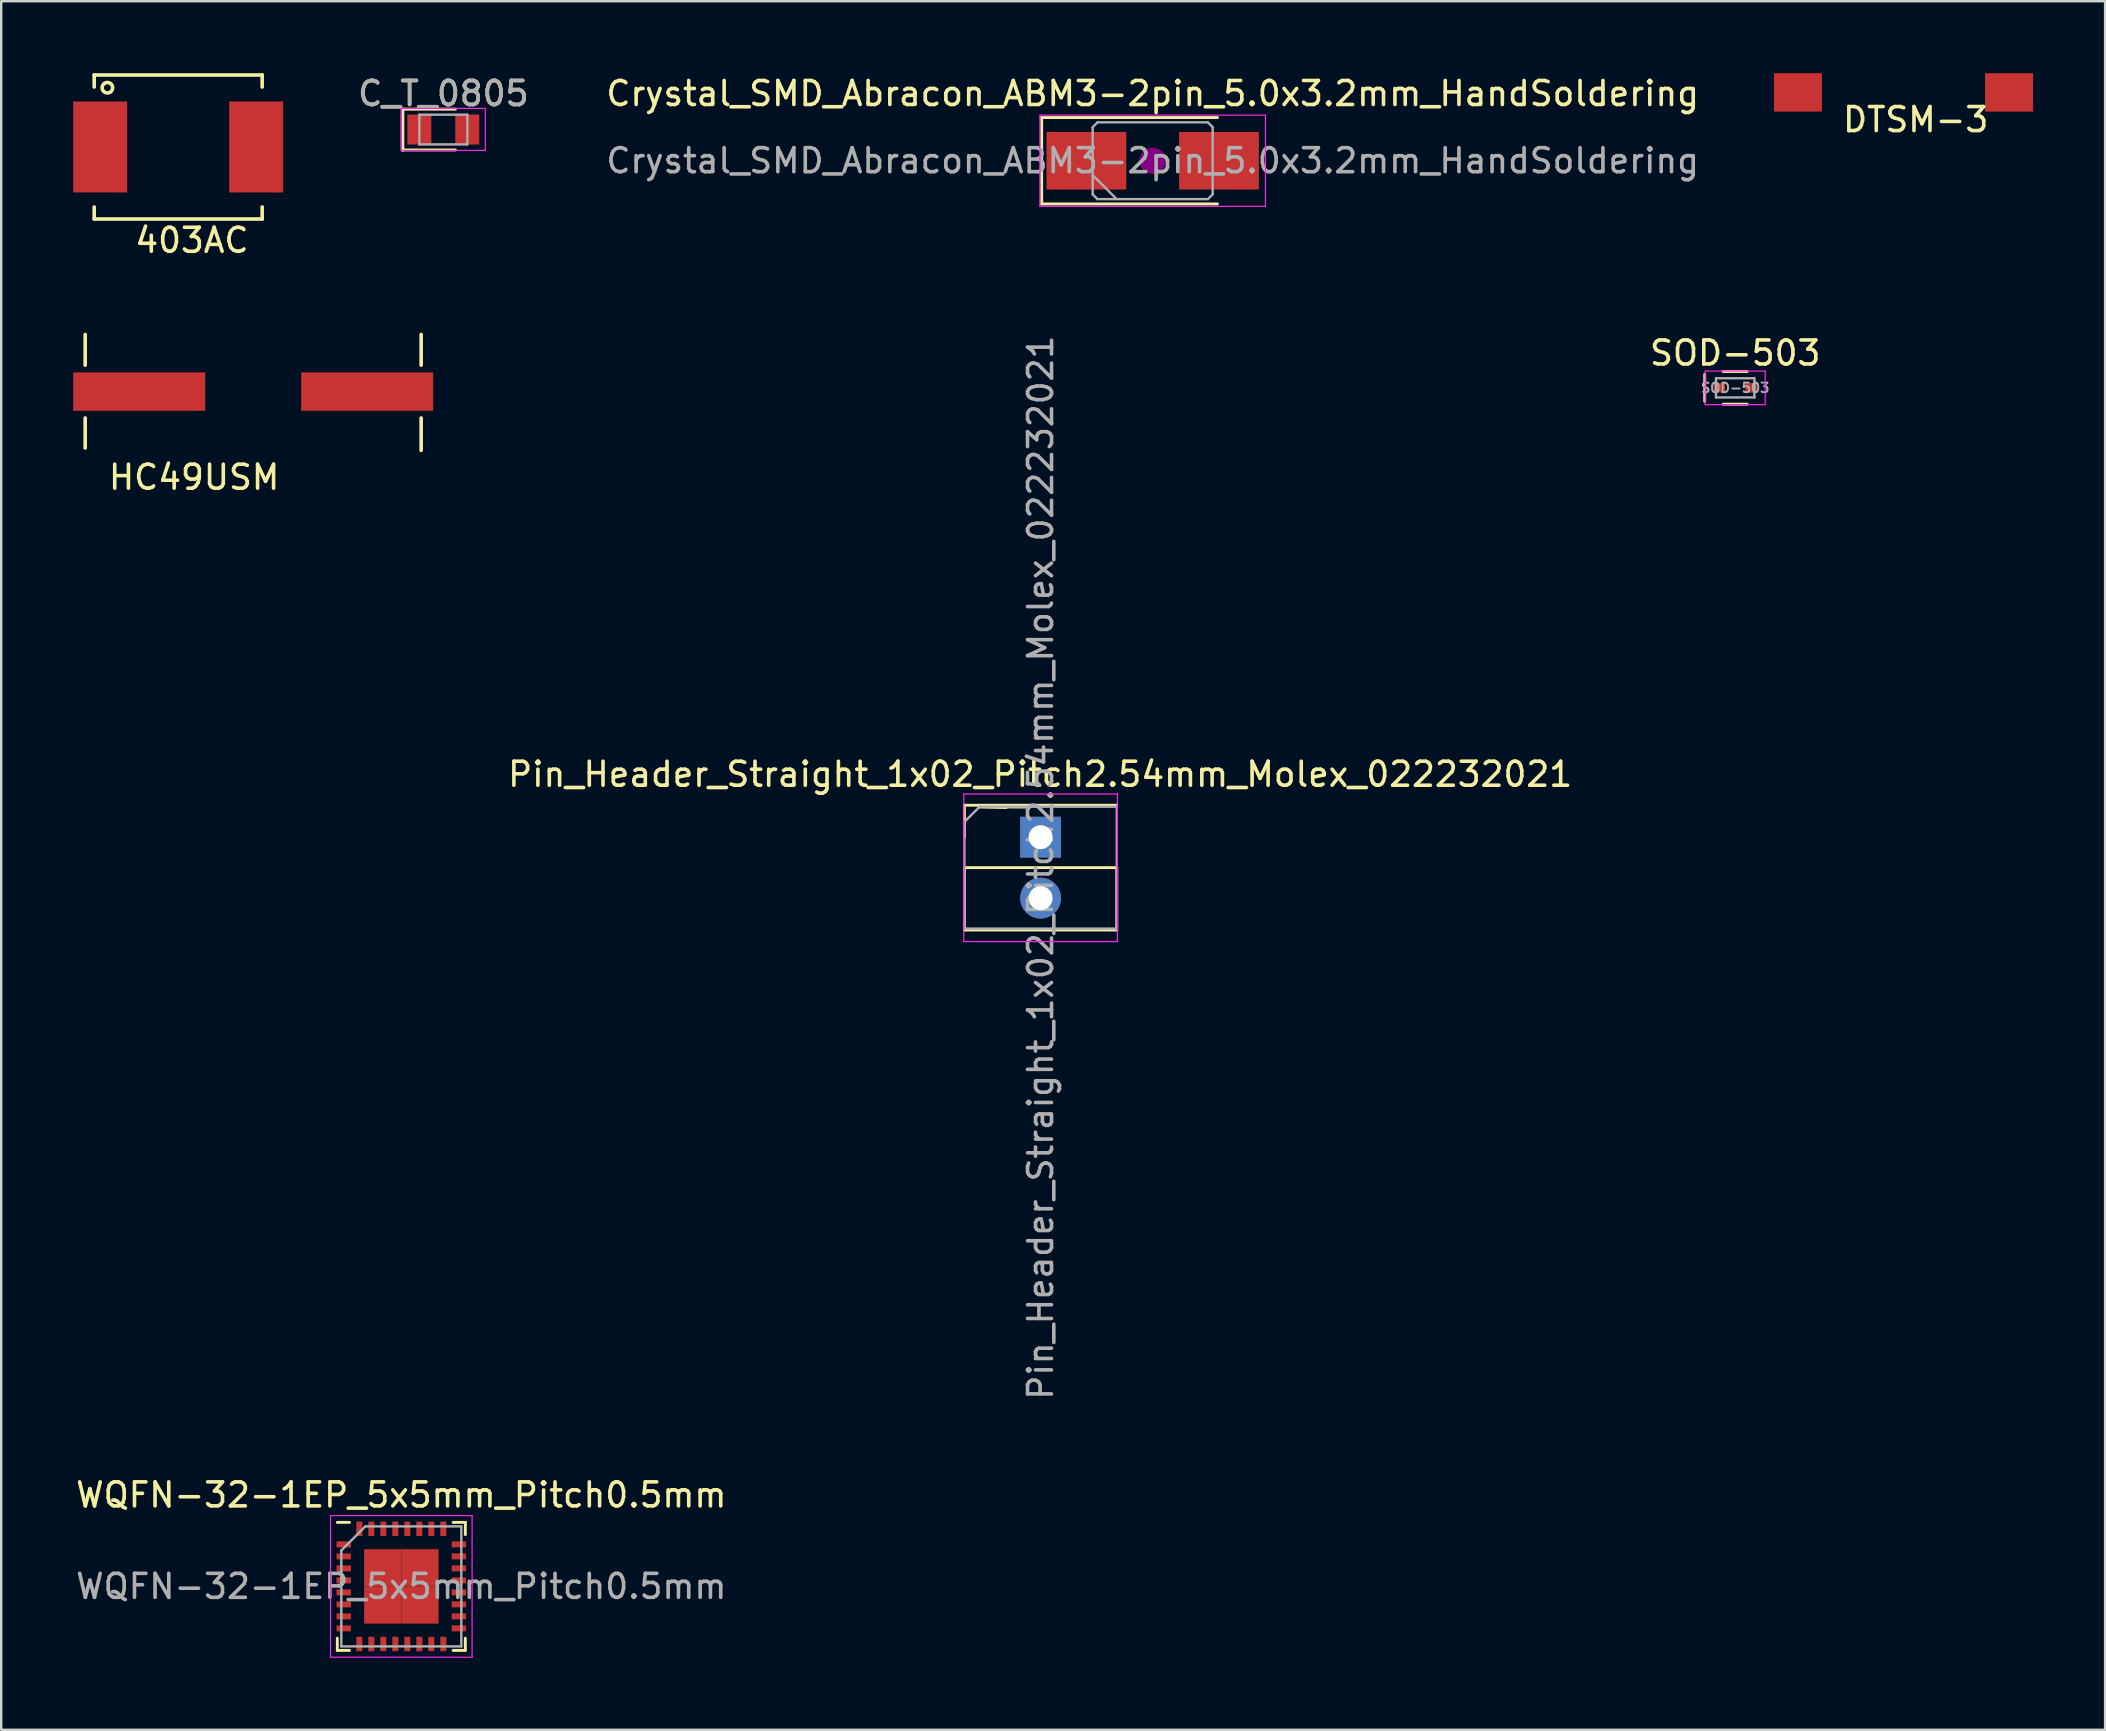
<source format=kicad_pcb>
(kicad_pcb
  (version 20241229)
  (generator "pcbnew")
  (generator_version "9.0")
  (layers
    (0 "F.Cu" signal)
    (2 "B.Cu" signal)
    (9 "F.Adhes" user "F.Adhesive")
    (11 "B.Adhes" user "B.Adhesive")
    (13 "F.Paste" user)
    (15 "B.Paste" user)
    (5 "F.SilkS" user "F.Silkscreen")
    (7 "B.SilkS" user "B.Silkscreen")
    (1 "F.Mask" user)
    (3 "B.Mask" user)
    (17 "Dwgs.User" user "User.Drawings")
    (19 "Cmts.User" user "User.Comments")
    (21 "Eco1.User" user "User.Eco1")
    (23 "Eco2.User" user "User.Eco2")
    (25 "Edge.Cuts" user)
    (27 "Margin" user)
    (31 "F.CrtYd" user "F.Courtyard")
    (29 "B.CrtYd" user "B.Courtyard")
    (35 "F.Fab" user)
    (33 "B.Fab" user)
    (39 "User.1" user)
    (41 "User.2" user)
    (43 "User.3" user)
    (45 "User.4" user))
  (footprint "SOD-503"
    (layer "F.Cu")
    (at 69.256 13.111)
    (property "Reference" "SOD-503" (at 0 -1.45 0) (layer "F.SilkS") (effects (font (size 1 1) (thickness 0.15))))
    (attr smd)
    (fp_line (start -1.27 0.564) (end -1.27 -0.564) (stroke (width 0.12) (type solid)) (layer "F.SilkS"))
    (fp_line (start -0.5 -0.68) (end 0.5 -0.68) (stroke (width 0.12) (type solid)) (layer "F.SilkS"))
    (fp_line (start 0.5 0.68) (end -0.5 0.68) (stroke (width 0.12) (type solid)) (layer "F.SilkS"))
    (fp_line (start -1.25 -0.7) (end -1.25 0.7) (stroke (width 0.05) (type solid)) (layer "F.CrtYd"))
    (fp_line (start -1.25 -0.7) (end 1.25 -0.7) (stroke (width 0.05) (type solid)) (layer "F.CrtYd"))
    (fp_line (start 1.25 0.7) (end -1.25 0.7) (stroke (width 0.05) (type solid)) (layer "F.CrtYd"))
    (fp_line (start 1.25 0.7) (end 1.25 -0.7) (stroke (width 0.05) (type solid)) (layer "F.CrtYd"))
    (fp_line (start -0.8 -0.4) (end 0.8 -0.4) (stroke (width 0.1) (type solid)) (layer "F.Fab"))
    (fp_line (start -0.8 0.4) (end -0.8 -0.4) (stroke (width 0.1) (type solid)) (layer "F.Fab"))
    (fp_line (start 0.8 -0.4) (end 0.8 0.4) (stroke (width 0.1) (type solid)) (layer "F.Fab"))
    (fp_line (start 0.8 0.4) (end -0.8 0.4) (stroke (width 0.1) (type solid)) (layer "F.Fab"))
    (fp_text user "${REFERENCE}" (at 0 0 0) (layer "F.Fab") (effects (font (size 0.4 0.4) (thickness 0.075))))
    (pad "1" smd rect (at -0.66 0) (size 0.48 0.4) (layers "F.Cu" "F.Mask" "F.Paste"))
    (pad "2" smd rect (at 0.66 0) (size 0.48 0.4) (layers "F.Cu" "F.Mask" "F.Paste")))
  (footprint "Pin_Header_Straight_1x02_Pitch2.54mm_Molex_022232021"
    (layer "F.Cu")
    (at 40.312 31.835)
    (property "Reference" "Pin_Header_Straight_1x02_Pitch2.54mm_Molex_022232021" (at -0.02 -2.62 0) (layer "F.SilkS") (effects (font (size 1 1) (thickness 0.15))))
    (attr through_hole)
    (fp_line (start -3.175 -1.33) (end 3.175 -1.33) (stroke (width 0.12) (type solid)) (layer "F.SilkS"))
    (fp_line (start -3.175 0) (end -3.175 -1.33) (stroke (width 0.12) (type solid)) (layer "F.SilkS"))
    (fp_line (start -3.175 1.27) (end -3.175 3.87) (stroke (width 0.12) (type solid)) (layer "F.SilkS"))
    (fp_line (start -3.175 1.27) (end 3.175 1.27) (stroke (width 0.12) (type solid)) (layer "F.SilkS"))
    (fp_line (start -3.175 3.87) (end 3.175 3.87) (stroke (width 0.12) (type solid)) (layer "F.SilkS"))
    (fp_line (start -2.55 -1.28) (end -1.44 -1.25) (stroke (width 0.15) (type solid)) (layer "F.SilkS"))
    (fp_line (start -0.64 -1.27) (end -2.55 -1.28) (stroke (width 0.15) (type solid)) (layer "F.SilkS"))
    (fp_line (start 3.175 1.27) (end 3.175 3.87) (stroke (width 0.12) (type solid)) (layer "F.SilkS"))
    (fp_line (start -3.2 -1.8) (end -3.2 4.35) (stroke (width 0.05) (type solid)) (layer "F.CrtYd"))
    (fp_line (start -3.2 4.35) (end 3.2 4.35) (stroke (width 0.05) (type solid)) (layer "F.CrtYd"))
    (fp_line (start 3.2 -1.8) (end -3.2 -1.8) (stroke (width 0.05) (type solid)) (layer "F.CrtYd"))
    (fp_line (start 3.2 4.35) (end 3.2 -1.8) (stroke (width 0.05) (type solid)) (layer "F.CrtYd"))
    (fp_line (start -3.175 -0.635) (end -2.54 -1.27) (stroke (width 0.1) (type solid)) (layer "F.Fab"))
    (fp_line (start -3.175 3.81) (end -3.175 -0.635) (stroke (width 0.1) (type solid)) (layer "F.Fab"))
    (fp_line (start -2.54 -1.27) (end 3.175 -1.27) (stroke (width 0.1) (type solid)) (layer "F.Fab"))
    (fp_line (start 3.175 -1.27) (end 3.175 3.81) (stroke (width 0.1) (type solid)) (layer "F.Fab"))
    (fp_line (start 3.175 3.81) (end -3.175 3.81) (stroke (width 0.1) (type solid)) (layer "F.Fab"))
    (fp_text user "${REFERENCE}" (at 0 1.27 90) (layer "F.Fab") (effects (font (size 1 1) (thickness 0.15))))
    (pad "1" thru_hole rect (at 0 0) (size 1.7 1.7) (drill 1) (layers "*.Cu" "*.Mask"))
    (pad "2" thru_hole oval (at 0 2.54) (size 1.7 1.7) (drill 1) (layers "*.Cu" "*.Mask")))
  (footprint "WQFN-32-1EP_5x5mm_Pitch0.5mm"
    (layer "F.Cu")
    (at 13.673 63.055)
    (property "Reference" "WQFN-32-1EP_5x5mm_Pitch0.5mm" (at 0 -3.81 0) (layer "F.SilkS") (effects (font (size 1 1) (thickness 0.15))))
    (attr smd)
    (fp_line (start -2.667 2.667) (end -2.667 2.159) (stroke (width 0.12) (type solid)) (layer "F.SilkS"))
    (fp_line (start -2.159 -2.667) (end -2.667 -2.667) (stroke (width 0.12) (type solid)) (layer "F.SilkS"))
    (fp_line (start -2.159 2.667) (end -2.667 2.667) (stroke (width 0.12) (type solid)) (layer "F.SilkS"))
    (fp_line (start 2.159 -2.667) (end 2.667 -2.667) (stroke (width 0.12) (type solid)) (layer "F.SilkS"))
    (fp_line (start 2.667 -2.667) (end 2.667 -2.159) (stroke (width 0.12) (type solid)) (layer "F.SilkS"))
    (fp_line (start 2.667 2.159) (end 2.667 2.667) (stroke (width 0.12) (type solid)) (layer "F.SilkS"))
    (fp_line (start 2.667 2.667) (end 2.159 2.667) (stroke (width 0.12) (type solid)) (layer "F.SilkS"))
    (fp_line (start -2.95 -2.95) (end 2.95 -2.95) (stroke (width 0.05) (type solid)) (layer "F.CrtYd"))
    (fp_line (start -2.95 2.95) (end -2.95 -2.95) (stroke (width 0.05) (type solid)) (layer "F.CrtYd"))
    (fp_line (start 2.95 -2.95) (end 2.95 2.95) (stroke (width 0.05) (type solid)) (layer "F.CrtYd"))
    (fp_line (start 2.95 2.95) (end -2.95 2.95) (stroke (width 0.05) (type solid)) (layer "F.CrtYd"))
    (fp_line (start -2.5 -1.5) (end -2.5 2.5) (stroke (width 0.1) (type solid)) (layer "F.Fab"))
    (fp_line (start -1.5 -2.5) (end -2.5 -1.5) (stroke (width 0.1) (type solid)) (layer "F.Fab"))
    (fp_line (start 2.5 -2.5) (end -1.5 -2.5) (stroke (width 0.1) (type solid)) (layer "F.Fab"))
    (fp_line (start 2.5 -2.5) (end 2.5 2.5) (stroke (width 0.1) (type solid)) (layer "F.Fab"))
    (fp_line (start 2.5 2.5) (end -2.5 2.5) (stroke (width 0.1) (type solid)) (layer "F.Fab"))
    (fp_text user "${REFERENCE}" (at 0 0 0) (layer "F.Fab") (effects (font (size 1 1) (thickness 0.15))))
    (pad "1" smd rect (at -2.4 -1.75 90) (size 0.25 0.6) (layers "F.Cu" "F.Mask" "F.Paste"))
    (pad "2" smd rect (at -2.4 -1.25 90) (size 0.25 0.6) (layers "F.Cu" "F.Mask" "F.Paste"))
    (pad "3" smd rect (at -2.4 -0.75 90) (size 0.25 0.6) (layers "F.Cu" "F.Mask" "F.Paste"))
    (pad "4" smd rect (at -2.4 -0.25 90) (size 0.25 0.6) (layers "F.Cu" "F.Mask" "F.Paste"))
    (pad "5" smd rect (at -2.4 0.25 90) (size 0.25 0.6) (layers "F.Cu" "F.Mask" "F.Paste"))
    (pad "6" smd rect (at -2.4 0.75 90) (size 0.25 0.6) (layers "F.Cu" "F.Mask" "F.Paste"))
    (pad "7" smd rect (at -2.4 1.25 90) (size 0.25 0.6) (layers "F.Cu" "F.Mask" "F.Paste"))
    (pad "8" smd rect (at -2.4 1.75 90) (size 0.25 0.6) (layers "F.Cu" "F.Mask" "F.Paste"))
    (pad "9" smd rect (at -1.75 2.4) (size 0.25 0.6) (layers "F.Cu" "F.Mask" "F.Paste"))
    (pad "10" smd rect (at -1.25 2.4) (size 0.25 0.6) (layers "F.Cu" "F.Mask" "F.Paste"))
    (pad "11" smd rect (at -0.75 2.4) (size 0.25 0.6) (layers "F.Cu" "F.Mask" "F.Paste"))
    (pad "12" smd rect (at -0.25 2.4) (size 0.25 0.6) (layers "F.Cu" "F.Mask" "F.Paste"))
    (pad "13" smd rect (at 0.25 2.4) (size 0.25 0.6) (layers "F.Cu" "F.Mask" "F.Paste"))
    (pad "14" smd rect (at 0.75 2.4) (size 0.25 0.6) (layers "F.Cu" "F.Mask" "F.Paste"))
    (pad "15" smd rect (at 1.25 2.4) (size 0.25 0.6) (layers "F.Cu" "F.Mask" "F.Paste"))
    (pad "16" smd rect (at 1.75 2.4) (size 0.25 0.6) (layers "F.Cu" "F.Mask" "F.Paste"))
    (pad "17" smd rect (at 2.4 1.75 90) (size 0.25 0.6) (layers "F.Cu" "F.Mask" "F.Paste"))
    (pad "18" smd rect (at 2.4 1.25 90) (size 0.25 0.6) (layers "F.Cu" "F.Mask" "F.Paste"))
    (pad "19" smd rect (at 2.4 0.75 90) (size 0.25 0.6) (layers "F.Cu" "F.Mask" "F.Paste"))
    (pad "20" smd rect (at 2.4 0.25 90) (size 0.25 0.6) (layers "F.Cu" "F.Mask" "F.Paste"))
    (pad "21" smd rect (at 2.4 -0.25 90) (size 0.25 0.6) (layers "F.Cu" "F.Mask" "F.Paste"))
    (pad "22" smd rect (at 2.4 -0.75 90) (size 0.25 0.6) (layers "F.Cu" "F.Mask" "F.Paste"))
    (pad "23" smd rect (at 2.4 -1.25 90) (size 0.25 0.6) (layers "F.Cu" "F.Mask" "F.Paste"))
    (pad "24" smd rect (at 2.4 -1.75 90) (size 0.25 0.6) (layers "F.Cu" "F.Mask" "F.Paste"))
    (pad "25" smd rect (at 1.75 -2.4) (size 0.25 0.6) (layers "F.Cu" "F.Mask" "F.Paste"))
    (pad "26" smd rect (at 1.25 -2.4) (size 0.25 0.6) (layers "F.Cu" "F.Mask" "F.Paste"))
    (pad "27" smd rect (at 0.75 -2.4) (size 0.25 0.6) (layers "F.Cu" "F.Mask" "F.Paste"))
    (pad "28" smd rect (at 0.25 -2.4) (size 0.25 0.6) (layers "F.Cu" "F.Mask" "F.Paste"))
    (pad "29" smd rect (at -0.25 -2.4) (size 0.25 0.6) (layers "F.Cu" "F.Mask" "F.Paste"))
    (pad "30" smd rect (at -0.75 -2.4) (size 0.25 0.6) (layers "F.Cu" "F.Mask" "F.Paste"))
    (pad "31" smd rect (at -1.25 -2.4) (size 0.25 0.6) (layers "F.Cu" "F.Mask" "F.Paste"))
    (pad "32" smd rect (at -1.75 -2.4) (size 0.25 0.6) (layers "F.Cu" "F.Mask" "F.Paste"))
    (pad "33" smd rect (at -0.775 -0.775) (size 1.55 1.55) (layers "F.Cu" "F.Mask" "F.Paste"))
    (pad "33" smd rect (at -0.775 0.775) (size 1.55 1.55) (layers "F.Cu" "F.Mask" "F.Paste"))
    (pad "33" smd rect (at 0.775 -0.775) (size 1.55 1.55) (layers "F.Cu" "F.Mask" "F.Paste"))
    (pad "33" smd rect (at 0.775 0.775) (size 1.55 1.55) (layers "F.Cu" "F.Mask" "F.Paste")))
  (footprint "Crystal_SMD_Abracon_ABM3-2pin_5.0x3.2mm_HandSoldering"
    (layer "F.Cu")
    (at 44.982 3.648)
    (property "Reference" "Crystal_SMD_Abracon_ABM3-2pin_5.0x3.2mm_HandSoldering" (at 0 -2.8 0) (layer "F.SilkS") (effects (font (size 1 1) (thickness 0.15))))
    (attr smd)
    (fp_line (start -4.625 -1.8) (end -4.625 1.8) (stroke (width 0.12) (type solid)) (layer "F.SilkS"))
    (fp_line (start -4.625 1.8) (end 2.7 1.8) (stroke (width 0.12) (type solid)) (layer "F.SilkS"))
    (fp_line (start 2.7 -1.8) (end -4.625 -1.8) (stroke (width 0.12) (type solid)) (layer "F.SilkS"))
    (fp_circle (center 0 0) (end 0.117 0) (stroke (width 0.233) (type solid)) (fill no) (layer "F.Adhes"))
    (fp_circle (center 0 0) (end 0.267 0) (stroke (width 0.167) (type solid)) (fill no) (layer "F.Adhes"))
    (fp_circle (center 0 0) (end 0.417 0) (stroke (width 0.167) (type solid)) (fill no) (layer "F.Adhes"))
    (fp_circle (center 0 0) (end 0.5 0) (stroke (width 0.1) (type solid)) (fill no) (layer "F.Adhes"))
    (fp_line (start -4.7 -1.9) (end -4.7 1.9) (stroke (width 0.05) (type solid)) (layer "F.CrtYd"))
    (fp_line (start -4.7 1.9) (end 4.7 1.9) (stroke (width 0.05) (type solid)) (layer "F.CrtYd"))
    (fp_line (start 4.7 -1.9) (end -4.7 -1.9) (stroke (width 0.05) (type solid)) (layer "F.CrtYd"))
    (fp_line (start 4.7 1.9) (end 4.7 -1.9) (stroke (width 0.05) (type solid)) (layer "F.CrtYd"))
    (fp_line (start -2.5 -1.4) (end -2.3 -1.6) (stroke (width 0.1) (type solid)) (layer "F.Fab"))
    (fp_line (start -2.5 0.6) (end -1.5 1.6) (stroke (width 0.1) (type solid)) (layer "F.Fab"))
    (fp_line (start -2.5 1.4) (end -2.5 -1.4) (stroke (width 0.1) (type solid)) (layer "F.Fab"))
    (fp_line (start -2.3 -1.6) (end 2.3 -1.6) (stroke (width 0.1) (type solid)) (layer "F.Fab"))
    (fp_line (start -2.3 1.6) (end -2.5 1.4) (stroke (width 0.1) (type solid)) (layer "F.Fab"))
    (fp_line (start 2.3 -1.6) (end 2.5 -1.4) (stroke (width 0.1) (type solid)) (layer "F.Fab"))
    (fp_line (start 2.3 1.6) (end -2.3 1.6) (stroke (width 0.1) (type solid)) (layer "F.Fab"))
    (fp_line (start 2.5 -1.4) (end 2.5 1.4) (stroke (width 0.1) (type solid)) (layer "F.Fab"))
    (fp_line (start 2.5 1.4) (end 2.3 1.6) (stroke (width 0.1) (type solid)) (layer "F.Fab"))
    (fp_text user "${REFERENCE}" (at 0 0 0) (layer "F.Fab") (effects (font (size 1 1) (thickness 0.15))))
    (pad "1" smd rect (at -2.763 0) (size 3.325 2.4) (layers "F.Cu" "F.Mask" "F.Paste"))
    (pad "2" smd rect (at 2.763 0) (size 3.325 2.4) (layers "F.Cu" "F.Mask" "F.Paste")))
  (footprint "HC49USM"
    (layer "F.Cu")
    (at 7.5 13.268)
    (property "Reference" "HC49USM" (at -2.46 3.57 0) (layer "F.SilkS") (effects (font (size 1 1) (thickness 0.15))))
    (attr through_hole)
    (fp_line (start -7 -1.1) (end -7 -2.38) (stroke (width 0.15) (type solid)) (layer "F.SilkS"))
    (fp_line (start -7 1.1) (end -7 2.35) (stroke (width 0.15) (type solid)) (layer "F.SilkS"))
    (fp_line (start 7 -1.1) (end 7 -2.38) (stroke (width 0.15) (type solid)) (layer "F.SilkS"))
    (fp_line (start 7 2.45) (end 7 1.1) (stroke (width 0.15) (type solid)) (layer "F.SilkS"))
    (pad "1" smd rect (at -4.75 0) (size 5.5 1.6) (layers "F.Cu" "F.Mask" "F.Paste"))
    (pad "2" smd rect (at 4.75 0) (size 5.5 1.6) (layers "F.Cu" "F.Mask" "F.Paste")))
  (footprint "C_T_0805"
    (layer "F.Cu")
    (at 15.423 2.348)
    (property "Reference" "C_T_0805" (at 0 -1.5 0) (layer "F.SilkS") (effects (font (size 1 1) (thickness 0.15))))
    (attr smd)
    (fp_line (start -1.7 -0.85) (end -1.7 0.85) (stroke (width 0.15) (type solid)) (layer "F.SilkS"))
    (fp_line (start -1.7 0.85) (end 0.5 0.85) (stroke (width 0.12) (type solid)) (layer "F.SilkS"))
    (fp_line (start 0.5 -0.85) (end -1.7 -0.85) (stroke (width 0.12) (type solid)) (layer "F.SilkS"))
    (fp_line (start -1.75 -0.88) (end -1.75 0.87) (stroke (width 0.05) (type solid)) (layer "F.CrtYd"))
    (fp_line (start -1.75 -0.88) (end 1.75 -0.88) (stroke (width 0.05) (type solid)) (layer "F.CrtYd"))
    (fp_line (start 1.75 0.87) (end -1.75 0.87) (stroke (width 0.05) (type solid)) (layer "F.CrtYd"))
    (fp_line (start 1.75 0.87) (end 1.75 -0.88) (stroke (width 0.05) (type solid)) (layer "F.CrtYd"))
    (fp_line (start -1 -0.62) (end 1 -0.62) (stroke (width 0.1) (type solid)) (layer "F.Fab"))
    (fp_line (start -1 0.62) (end -1 -0.62) (stroke (width 0.1) (type solid)) (layer "F.Fab"))
    (fp_line (start 1 -0.62) (end 1 0.62) (stroke (width 0.1) (type solid)) (layer "F.Fab"))
    (fp_line (start 1 0.62) (end -1 0.62) (stroke (width 0.1) (type solid)) (layer "F.Fab"))
    (fp_text user "${REFERENCE}" (at 0 -1.5 0) (layer "F.Fab") (effects (font (size 1 1) (thickness 0.15))))
    (pad "1" smd rect (at -1 0) (size 1 1.25) (layers "F.Cu" "F.Mask" "F.Paste"))
    (pad "2" smd rect (at 1 0) (size 1 1.25) (layers "F.Cu" "F.Mask" "F.Paste")))
  (footprint "403AC"
    (layer "F.Cu")
    (at 4.375 3.075)
    (property "Reference" "403AC" (at 0.57 3.89 0) (layer "F.SilkS") (effects (font (size 1 1) (thickness 0.15))))
    (attr through_hole)
    (fp_line (start -3.5 -3) (end 3.5 -3) (stroke (width 0.15) (type solid)) (layer "F.SilkS"))
    (fp_line (start -3.5 -2.5) (end -3.5 -3) (stroke (width 0.15) (type solid)) (layer "F.SilkS"))
    (fp_line (start -3.5 3) (end -3.5 2.5) (stroke (width 0.15) (type solid)) (layer "F.SilkS"))
    (fp_line (start 3.5 -3) (end 3.5 -2.5) (stroke (width 0.15) (type solid)) (layer "F.SilkS"))
    (fp_line (start 3.5 2.5) (end 3.5 3) (stroke (width 0.15) (type solid)) (layer "F.SilkS"))
    (fp_line (start 3.5 3) (end -3.5 3) (stroke (width 0.15) (type solid)) (layer "F.SilkS"))
    (fp_circle (center -2.95 -2.47) (end -3.01 -2.68) (stroke (width 0.15) (type solid)) (fill no) (layer "F.SilkS"))
    (pad "1" smd rect (at -3.25 0) (size 2.25 3.79) (layers "F.Cu" "F.Mask" "F.Paste"))
    (pad "2" smd rect (at 3.25 0) (size 2.25 3.79) (layers "F.Cu" "F.Mask" "F.Paste")))
  (footprint "DTSM-3"
    (layer "F.Cu")
    (at 76.269 0.8)
    (property "Reference" "DTSM-3" (at 0.508 1.135 0) (layer "F.SilkS") (effects (font (size 1 1) (thickness 0.15))))
    (attr through_hole)
    (pad "1" smd rect (at -4.4 0) (size 2 1.6) (layers "F.Cu" "F.Mask" "F.Paste"))
    (pad "2" smd rect (at 4.4 0) (size 2 1.6) (layers "F.Cu" "F.Mask" "F.Paste")))
  (gr_rect
    (start -3 -3)
    (end 84.669 69.03)
    (stroke (width 0.1) (type default))
    (fill no)
    (layer "Edge.Cuts")))
</source>
